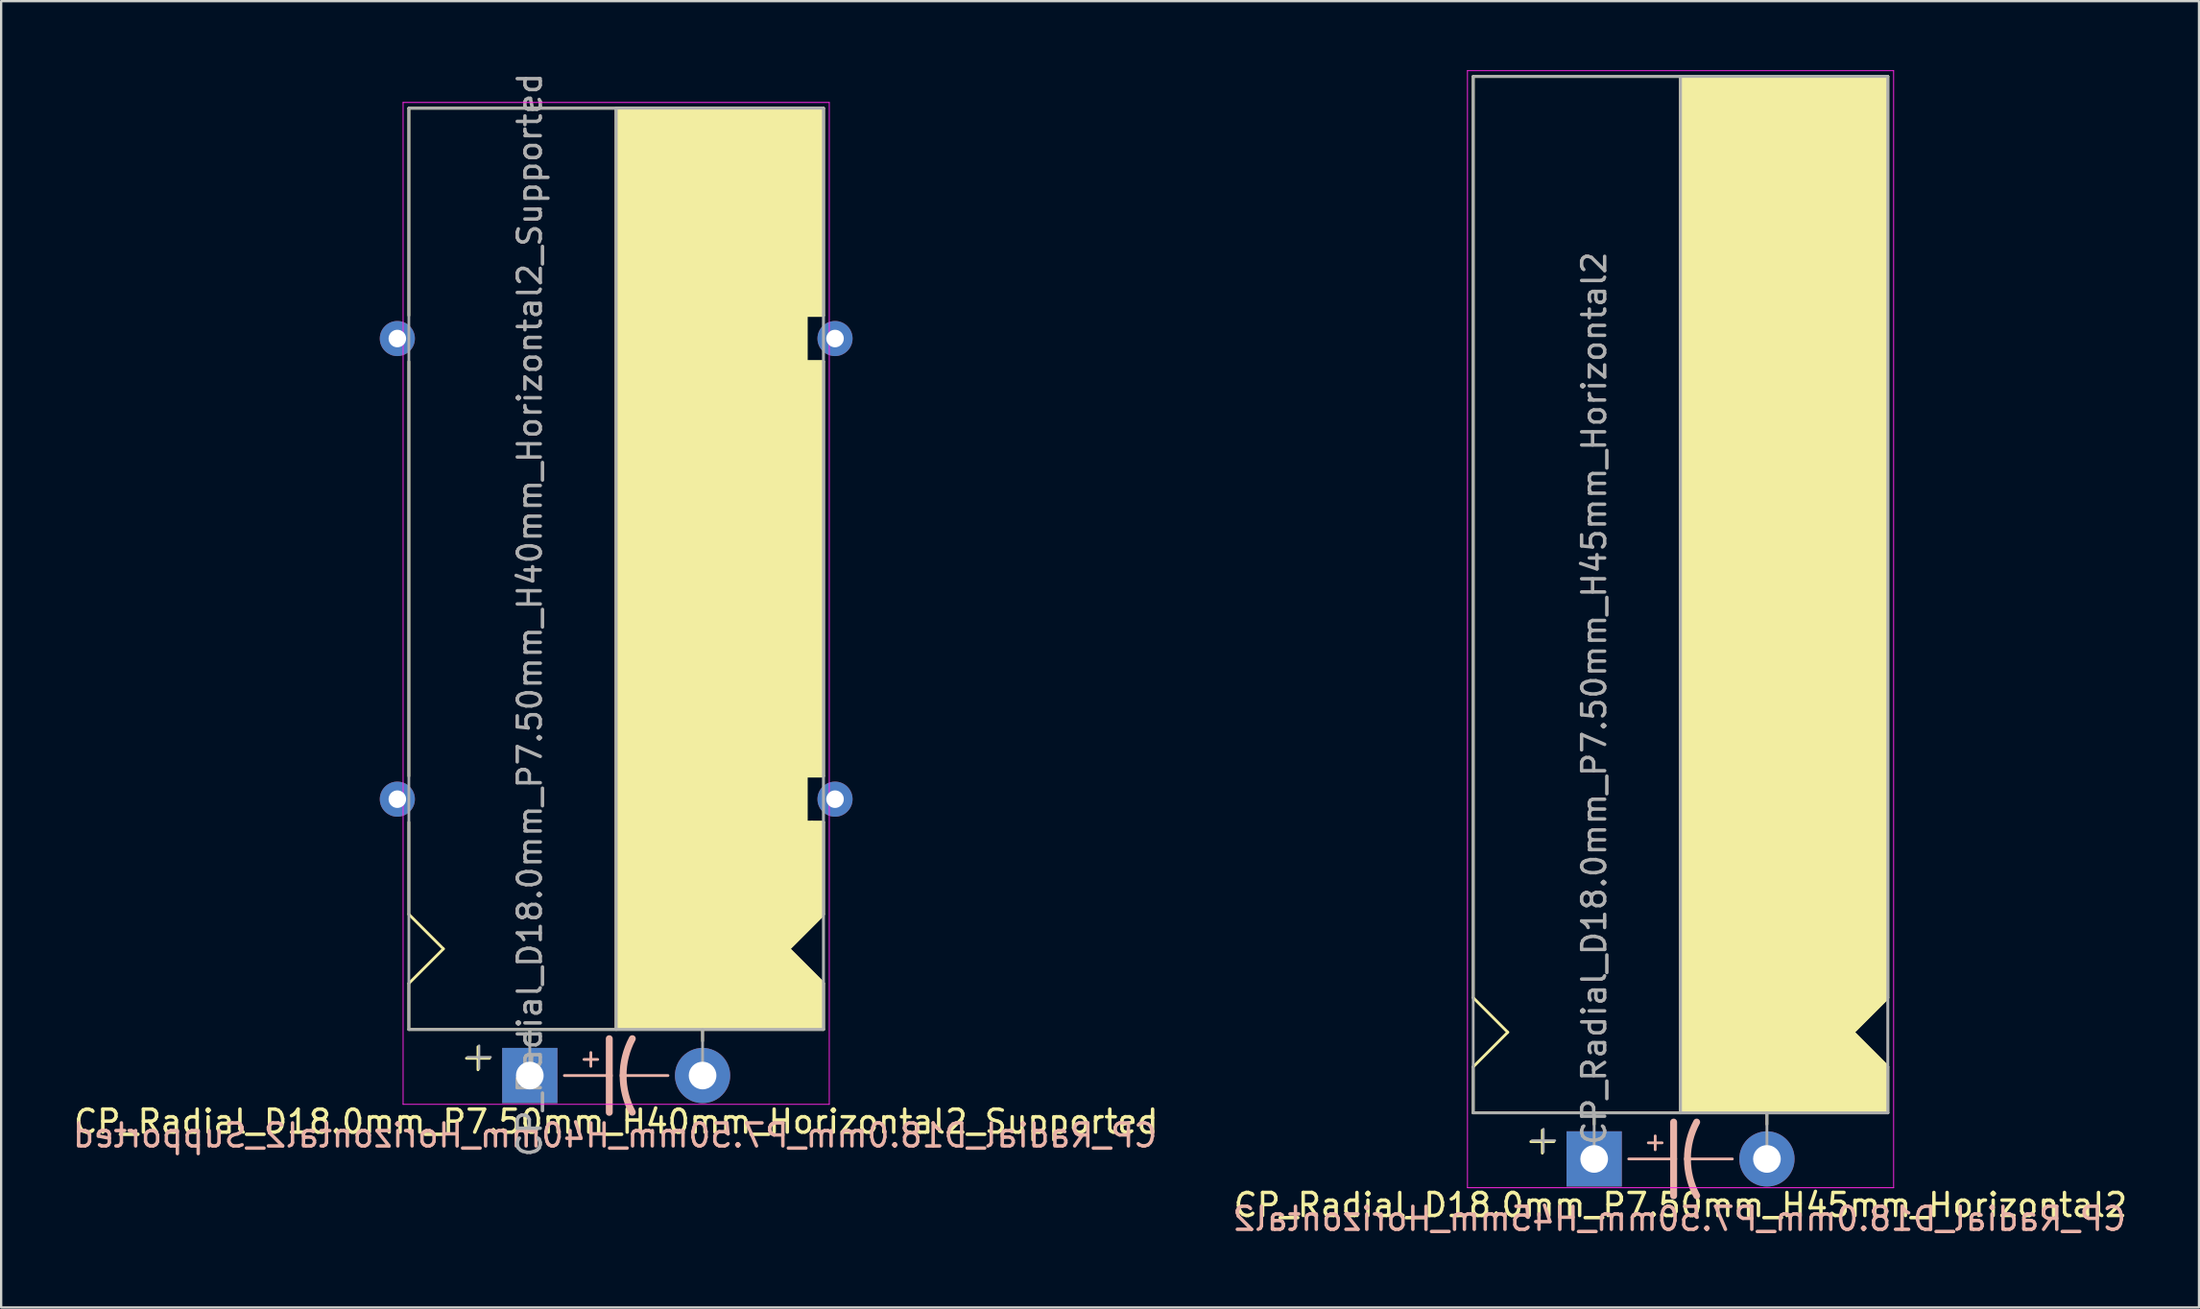
<source format=kicad_pcb>
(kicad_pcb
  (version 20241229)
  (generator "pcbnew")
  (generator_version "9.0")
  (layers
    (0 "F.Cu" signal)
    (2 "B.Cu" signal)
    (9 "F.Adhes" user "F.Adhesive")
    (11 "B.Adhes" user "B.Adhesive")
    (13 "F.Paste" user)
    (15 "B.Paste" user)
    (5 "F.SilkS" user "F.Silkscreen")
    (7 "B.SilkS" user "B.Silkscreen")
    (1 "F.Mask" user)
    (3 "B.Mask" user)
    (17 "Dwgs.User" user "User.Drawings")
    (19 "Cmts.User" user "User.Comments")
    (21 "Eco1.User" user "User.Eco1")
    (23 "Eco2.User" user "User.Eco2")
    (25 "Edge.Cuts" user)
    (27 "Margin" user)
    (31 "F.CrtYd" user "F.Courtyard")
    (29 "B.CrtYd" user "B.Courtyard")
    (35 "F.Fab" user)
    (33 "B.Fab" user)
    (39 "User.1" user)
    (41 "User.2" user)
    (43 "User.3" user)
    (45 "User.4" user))
  (footprint "CP_Radial_D18.0mm_P7.50mm_H45mm_Horizontal2"
    (layer "F.Cu")
    (at 66.154 47.27)
    (property "Reference" "CP_Radial_D18.0mm_P7.50mm_H45mm_Horizontal2" (at 3.75 2 0) (layer "F.SilkS") (effects (font (size 1 1) (thickness 0.15))))
    (fp_line (start -5.25 -47) (end 12.75 -47) (stroke (width 0.12) (type solid)) (layer "F.SilkS"))
    (fp_line (start -5.25 -7) (end -5.25 -47) (stroke (width 0.12) (type solid)) (layer "F.SilkS"))
    (fp_line (start -5.25 -7) (end -3.75 -5.5) (stroke (width 0.12) (type solid)) (layer "F.SilkS"))
    (fp_line (start -5.25 -4) (end -3.75 -5.5) (stroke (width 0.12) (type solid)) (layer "F.SilkS"))
    (fp_line (start -5.25 -2) (end -5.25 -4) (stroke (width 0.12) (type solid)) (layer "F.SilkS"))
    (fp_line (start -5.25 -2) (end 12.75 -2) (stroke (width 0.12) (type solid)) (layer "F.SilkS"))
    (fp_line (start -2.25 -1.25) (end -2.25 -0.25) (stroke (width 0.12) (type solid)) (layer "F.SilkS"))
    (fp_line (start -1.75 -0.75) (end -2.75 -0.75) (stroke (width 0.12) (type solid)) (layer "F.SilkS"))
    (fp_line (start 0 -1.5) (end 0 -2) (stroke (width 0.12) (type solid)) (layer "F.SilkS"))
    (fp_line (start 3.75 -2) (end 3.75 -47) (stroke (width 0.12) (type solid)) (layer "F.SilkS"))
    (fp_line (start 7.5 -1.5) (end 7.5 -2) (stroke (width 0.12) (type solid)) (layer "F.SilkS"))
    (fp_line (start 12.75 -47) (end 12.75 -7) (stroke (width 0.12) (type solid)) (layer "F.SilkS"))
    (fp_line (start 12.75 -7) (end 11.25 -5.5) (stroke (width 0.12) (type solid)) (layer "F.SilkS"))
    (fp_line (start 12.75 -4) (end 11.25 -5.5) (stroke (width 0.12) (type solid)) (layer "F.SilkS"))
    (fp_line (start 12.75 -2) (end 12.75 -4) (stroke (width 0.12) (type solid)) (layer "F.SilkS"))
    (fp_poly (pts (xy 12.75 -4) (xy 11.25 -5.5) (xy 12.75 -7) (xy 12.75 -47) (xy 3.75 -47) (xy 3.75 -2) (xy 12.75 -2)) (stroke (width 0.1) (type solid)) (fill yes) (layer "F.SilkS"))
    (fp_line (start 1.5 0) (end 3.45 0) (stroke (width 0.12) (type solid)) (layer "B.SilkS"))
    (fp_line (start 2.35 -0.7) (end 2.95 -0.7) (stroke (width 0.12) (type solid)) (layer "B.SilkS"))
    (fp_line (start 2.65 -0.4) (end 2.65 -1) (stroke (width 0.12) (type solid)) (layer "B.SilkS"))
    (fp_line (start 3.45 0) (end 3.45 -1.6) (stroke (width 0.3) (type solid)) (layer "B.SilkS"))
    (fp_line (start 3.45 0) (end 3.45 1.6) (stroke (width 0.3) (type solid)) (layer "B.SilkS"))
    (fp_line (start 6 0) (end 4.05 0) (stroke (width 0.12) (type solid)) (layer "B.SilkS"))
    (fp_arc (start 4.05 0) (mid 4.150512 -0.824872) (end 4.45 -1.6) (stroke (width 0.3) (type solid)) (layer "B.SilkS"))
    (fp_arc (start 4.45 1.596157) (mid 4.151652 0.822725) (end 4.05 0) (stroke (width 0.3) (type solid)) (layer "B.SilkS"))
    (fp_line (start -5.5 -47.25) (end 13 -47.25) (stroke (width 0.04) (type solid)) (layer "F.CrtYd"))
    (fp_line (start -5.5 1.25) (end -5.5 -47.25) (stroke (width 0.04) (type solid)) (layer "F.CrtYd"))
    (fp_line (start 13 -47.25) (end 13 1.25) (stroke (width 0.04) (type solid)) (layer "F.CrtYd"))
    (fp_line (start 13 1.25) (end -5.5 1.25) (stroke (width 0.04) (type solid)) (layer "F.CrtYd"))
    (fp_line (start -5.25 -47) (end 12.75 -47) (stroke (width 0.12) (type solid)) (layer "F.Fab"))
    (fp_line (start -5.25 -2) (end -5.25 -47) (stroke (width 0.12) (type solid)) (layer "F.Fab"))
    (fp_line (start -2.7 -0.8) (end -1.7 -0.8) (stroke (width 0.1) (type solid)) (layer "F.Fab"))
    (fp_line (start -2.2 -0.3) (end -2.2 -1.3) (stroke (width 0.1) (type solid)) (layer "F.Fab"))
    (fp_line (start 0 0) (end 0 -2) (stroke (width 0.12) (type solid)) (layer "F.Fab"))
    (fp_line (start 3.75 -2) (end 3.75 -47) (stroke (width 0.12) (type solid)) (layer "F.Fab"))
    (fp_line (start 7.5 0) (end 7.5 -2) (stroke (width 0.12) (type solid)) (layer "F.Fab"))
    (fp_line (start 12.75 -47) (end 12.75 -2) (stroke (width 0.12) (type solid)) (layer "F.Fab"))
    (fp_line (start 12.75 -2) (end -5.25 -2) (stroke (width 0.12) (type solid)) (layer "F.Fab"))
    (fp_poly (pts (xy 12.75 -47) (xy 3.75 -47) (xy 3.75 -2) (xy 12.75 -2)) (stroke (width 0.1) (type solid)) (fill no) (layer "F.Fab"))
    (fp_text user "${REFERENCE}" (at 3.7 2.6 0) (layer "B.SilkS") (effects (font (size 1 1) (thickness 0.15)) (justify mirror)))
    (fp_text user "${REFERENCE}" (at 0 -20 90) (layer "F.Fab") (effects (font (size 1 1) (thickness 0.15))))
    (pad "1" thru_hole rect (at 0 0) (size 2.4 2.4) (drill 1.2) (layers "*.Cu" "*.Mask"))
    (pad "2" thru_hole circle (at 7.5 0) (size 2.4 2.4) (drill 1.2) (layers "*.Cu" "*.Mask")))
  (footprint "CP_Radial_D18.0mm_P7.50mm_H40mm_Horizontal2_Supported"
    (layer "F.Cu")
    (at 19.949 43.649)
    (property "Reference" "CP_Radial_D18.0mm_P7.50mm_H40mm_Horizontal2_Supported" (at 3.75 2 0) (layer "F.SilkS") (effects (font (size 1 1) (thickness 0.15))))
    (fp_line (start -5.25 -42) (end 12.75 -42) (stroke (width 0.12) (type solid)) (layer "F.SilkS"))
    (fp_line (start -5.25 -33) (end -5.25 -42) (stroke (width 0.12) (type solid)) (layer "F.SilkS"))
    (fp_line (start -5.25 -13) (end -5.25 -31) (stroke (width 0.12) (type solid)) (layer "F.SilkS"))
    (fp_line (start -5.25 -11) (end -5.25 -7) (stroke (width 0.12) (type solid)) (layer "F.SilkS"))
    (fp_line (start -5.25 -7) (end -3.75 -5.5) (stroke (width 0.12) (type solid)) (layer "F.SilkS"))
    (fp_line (start -5.25 -4) (end -3.75 -5.5) (stroke (width 0.12) (type solid)) (layer "F.SilkS"))
    (fp_line (start -5.25 -2) (end -5.25 -4) (stroke (width 0.12) (type solid)) (layer "F.SilkS"))
    (fp_line (start -5.25 -2) (end 12.75 -2) (stroke (width 0.12) (type solid)) (layer "F.SilkS"))
    (fp_line (start -2.25 -1.25) (end -2.25 -0.25) (stroke (width 0.12) (type solid)) (layer "F.SilkS"))
    (fp_line (start -1.75 -0.75) (end -2.75 -0.75) (stroke (width 0.12) (type solid)) (layer "F.SilkS"))
    (fp_line (start 0 -1.5) (end 0 -2) (stroke (width 0.12) (type solid)) (layer "F.SilkS"))
    (fp_line (start 3.75 -2) (end 3.75 -42) (stroke (width 0.12) (type solid)) (layer "F.SilkS"))
    (fp_line (start 7.5 -1.5) (end 7.5 -2) (stroke (width 0.12) (type solid)) (layer "F.SilkS"))
    (fp_line (start 12 -33) (end 12.75 -33) (stroke (width 0.12) (type solid)) (layer "F.SilkS"))
    (fp_line (start 12 -31) (end 12 -33) (stroke (width 0.12) (type solid)) (layer "F.SilkS"))
    (fp_line (start 12 -13) (end 12.75 -13) (stroke (width 0.12) (type solid)) (layer "F.SilkS"))
    (fp_line (start 12 -11) (end 12 -13) (stroke (width 0.12) (type solid)) (layer "F.SilkS"))
    (fp_line (start 12.25 -11) (end 12 -11) (stroke (width 0.12) (type solid)) (layer "F.SilkS"))
    (fp_line (start 12.75 -33) (end 12.75 -42) (stroke (width 0.12) (type solid)) (layer "F.SilkS"))
    (fp_line (start 12.75 -31) (end 12 -31) (stroke (width 0.12) (type solid)) (layer "F.SilkS"))
    (fp_line (start 12.75 -13) (end 12.75 -31) (stroke (width 0.12) (type solid)) (layer "F.SilkS"))
    (fp_line (start 12.75 -11) (end 12.25 -11) (stroke (width 0.12) (type solid)) (layer "F.SilkS"))
    (fp_line (start 12.75 -11) (end 12.75 -7) (stroke (width 0.12) (type solid)) (layer "F.SilkS"))
    (fp_line (start 12.75 -7) (end 11.25 -5.5) (stroke (width 0.12) (type solid)) (layer "F.SilkS"))
    (fp_line (start 12.75 -4) (end 11.25 -5.5) (stroke (width 0.12) (type solid)) (layer "F.SilkS"))
    (fp_line (start 12.75 -2) (end 12.75 -4) (stroke (width 0.12) (type solid)) (layer "F.SilkS"))
    (fp_poly (pts (xy 12.75 -4) (xy 11.25 -5.5) (xy 12.75 -7) (xy 12.75 -11) (xy 12 -11) (xy 12 -13) (xy 12.75 -13) (xy 12.75 -31) (xy 12 -31) (xy 12 -33) (xy 12.75 -33) (xy 12.75 -42) (xy 3.75 -42) (xy 3.75 -2) (xy 12.75 -2)) (stroke (width 0.1) (type solid)) (fill yes) (layer "F.SilkS"))
    (fp_line (start 1.5 0) (end 3.45 0) (stroke (width 0.12) (type solid)) (layer "B.SilkS"))
    (fp_line (start 2.35 -0.7) (end 2.95 -0.7) (stroke (width 0.12) (type solid)) (layer "B.SilkS"))
    (fp_line (start 2.65 -0.4) (end 2.65 -1) (stroke (width 0.12) (type solid)) (layer "B.SilkS"))
    (fp_line (start 3.45 0) (end 3.45 -1.6) (stroke (width 0.3) (type solid)) (layer "B.SilkS"))
    (fp_line (start 3.45 0) (end 3.45 1.6) (stroke (width 0.3) (type solid)) (layer "B.SilkS"))
    (fp_line (start 6 0) (end 4.05 0) (stroke (width 0.12) (type solid)) (layer "B.SilkS"))
    (fp_arc (start 4.05 0) (mid 4.150512 -0.824872) (end 4.45 -1.6) (stroke (width 0.3) (type solid)) (layer "B.SilkS"))
    (fp_arc (start 4.45 1.596157) (mid 4.151652 0.822725) (end 4.05 0) (stroke (width 0.3) (type solid)) (layer "B.SilkS"))
    (fp_line (start -5.5 -42.25) (end 13 -42.25) (stroke (width 0.04) (type solid)) (layer "F.CrtYd"))
    (fp_line (start -5.5 1.25) (end -5.5 -42.25) (stroke (width 0.04) (type solid)) (layer "F.CrtYd"))
    (fp_line (start 13 -42.25) (end 13 1.25) (stroke (width 0.04) (type solid)) (layer "F.CrtYd"))
    (fp_line (start 13 1.25) (end -5.5 1.25) (stroke (width 0.04) (type solid)) (layer "F.CrtYd"))
    (fp_line (start -5.25 -42) (end 12.75 -42) (stroke (width 0.12) (type solid)) (layer "F.Fab"))
    (fp_line (start -5.25 -2) (end -5.25 -42) (stroke (width 0.12) (type solid)) (layer "F.Fab"))
    (fp_line (start -2.7 -0.8) (end -1.7 -0.8) (stroke (width 0.1) (type solid)) (layer "F.Fab"))
    (fp_line (start -2.2 -0.3) (end -2.2 -1.3) (stroke (width 0.1) (type solid)) (layer "F.Fab"))
    (fp_line (start 0 0) (end 0 -2) (stroke (width 0.12) (type solid)) (layer "F.Fab"))
    (fp_line (start 3.75 -2) (end 3.75 -42) (stroke (width 0.12) (type solid)) (layer "F.Fab"))
    (fp_line (start 7.5 0) (end 7.5 -2) (stroke (width 0.12) (type solid)) (layer "F.Fab"))
    (fp_line (start 12.75 -42) (end 12.75 -2) (stroke (width 0.12) (type solid)) (layer "F.Fab"))
    (fp_line (start 12.75 -2) (end -5.25 -2) (stroke (width 0.12) (type solid)) (layer "F.Fab"))
    (fp_poly (pts (xy 12.75 -42) (xy 3.75 -42) (xy 3.75 -2) (xy 12.75 -2)) (stroke (width 0.1) (type solid)) (fill no) (layer "F.Fab"))
    (fp_text user "${REFERENCE}" (at 3.7 2.6 0) (layer "B.SilkS") (effects (font (size 1 1) (thickness 0.15)) (justify mirror)))
    (fp_text user "${REFERENCE}" (at 0 -20 90) (layer "F.Fab") (effects (font (size 1 1) (thickness 0.15))))
    (pad "1" thru_hole rect (at 0 0) (size 2.4 2.4) (drill 1.2) (layers "*.Cu" "*.Mask"))
    (pad "2" thru_hole circle (at 7.5 0) (size 2.4 2.4) (drill 1.2) (layers "*.Cu" "*.Mask"))
    (pad "~" thru_hole circle (at -5.75 -32 180) (size 1.524 1.524) (drill 0.762) (layers "*.Cu" "*.Mask"))
    (pad "~" thru_hole circle (at -5.75 -12 180) (size 1.524 1.524) (drill 0.762) (layers "*.Cu" "*.Mask"))
    (pad "~" thru_hole circle (at 13.25 -32 180) (size 1.524 1.524) (drill 0.762) (layers "*.Cu" "*.Mask"))
    (pad "~" thru_hole circle (at 13.25 -12 180) (size 1.524 1.524) (drill 0.762) (layers "*.Cu" "*.Mask")))
  (gr_rect
    (start -3 -3)
    (end 92.41 53.718)
    (stroke (width 0.1) (type default))
    (fill no)
    (layer "Edge.Cuts")))
</source>
